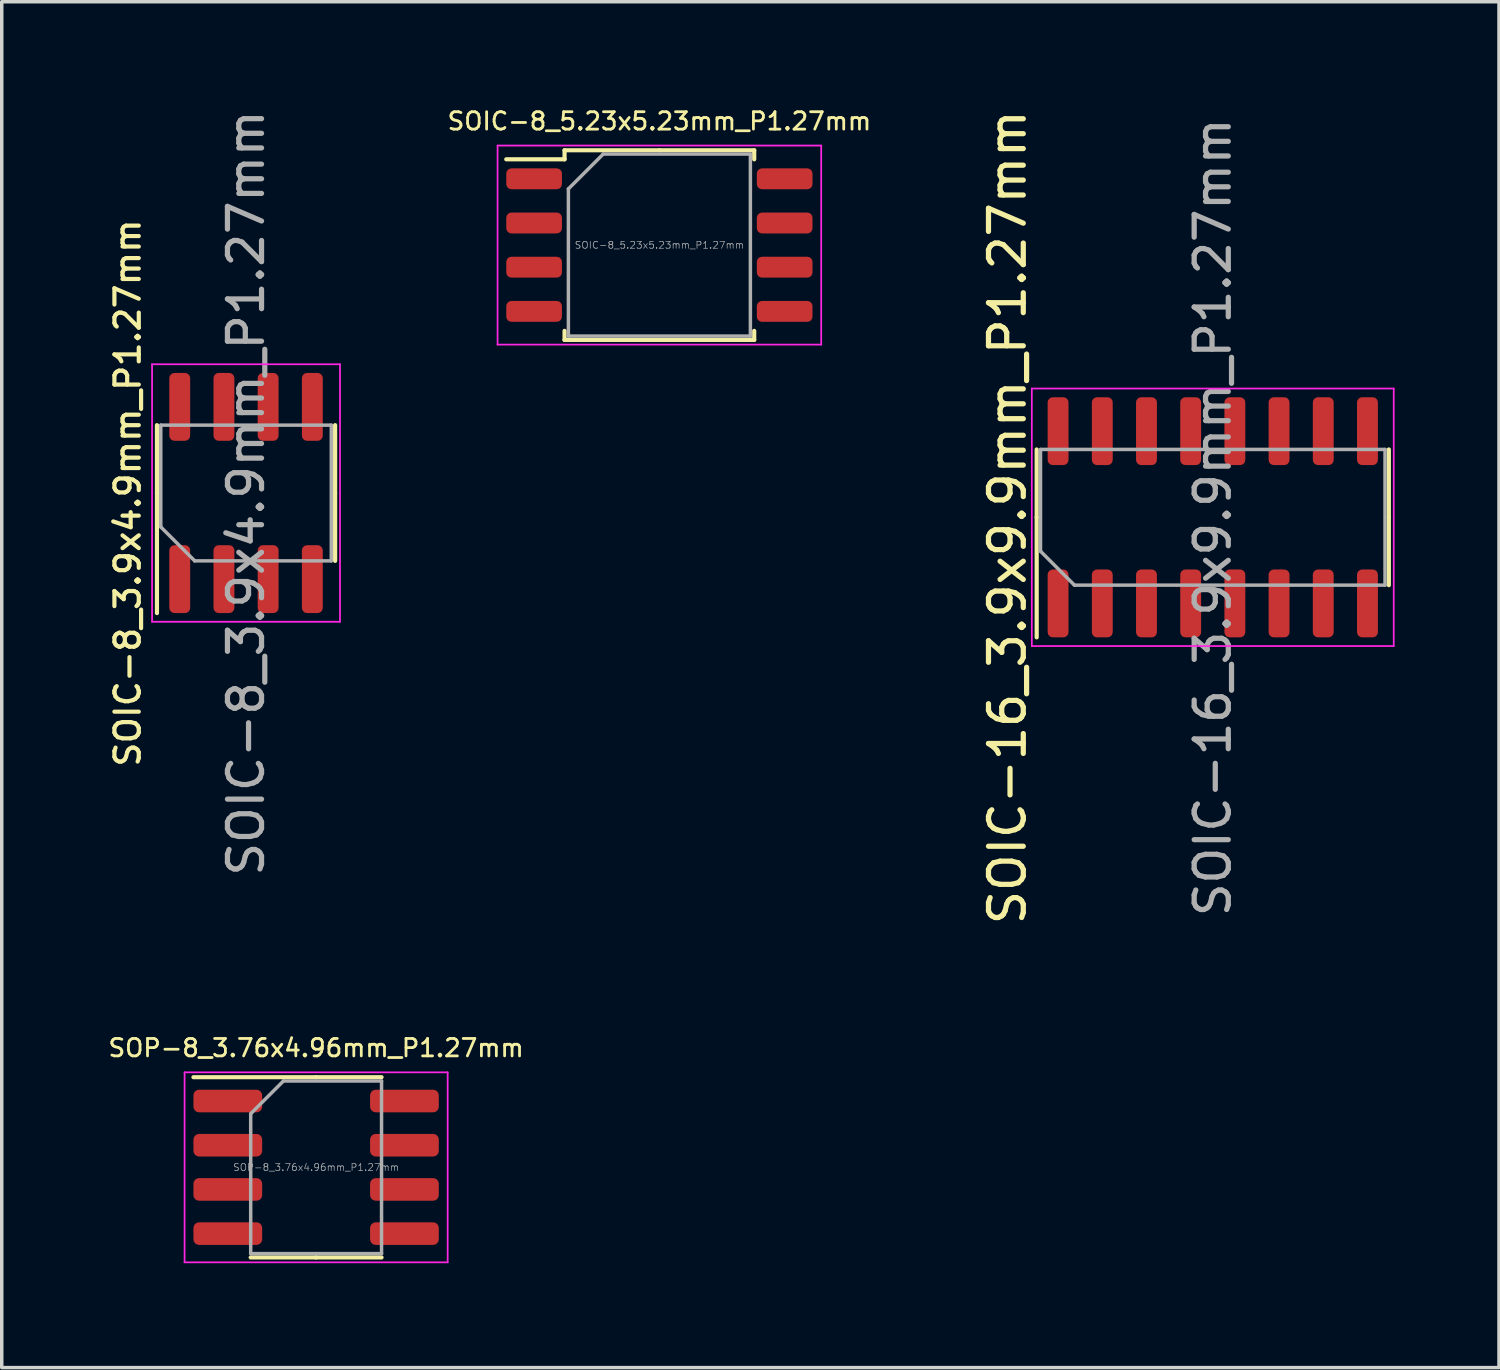
<source format=kicad_pcb>
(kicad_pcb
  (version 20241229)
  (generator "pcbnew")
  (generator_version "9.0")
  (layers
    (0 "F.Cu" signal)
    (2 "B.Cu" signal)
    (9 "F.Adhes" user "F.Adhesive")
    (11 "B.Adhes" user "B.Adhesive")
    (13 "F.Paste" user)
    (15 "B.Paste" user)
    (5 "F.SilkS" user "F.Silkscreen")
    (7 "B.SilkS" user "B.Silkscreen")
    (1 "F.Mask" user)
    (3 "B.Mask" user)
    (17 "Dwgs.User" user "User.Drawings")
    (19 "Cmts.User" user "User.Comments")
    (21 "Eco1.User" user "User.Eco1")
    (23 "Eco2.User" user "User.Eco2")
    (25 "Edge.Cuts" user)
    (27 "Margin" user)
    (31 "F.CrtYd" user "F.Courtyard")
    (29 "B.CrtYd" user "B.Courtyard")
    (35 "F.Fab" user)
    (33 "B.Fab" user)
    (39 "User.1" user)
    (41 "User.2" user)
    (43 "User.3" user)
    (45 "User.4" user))
  (footprint "SOIC-8_5.23x5.23mm_P1.27mm"
    (layer "F.Cu")
    (at 15.898 3.993)
    (property "Reference" "SOIC-8_5.23x5.23mm_P1.27mm" (at 0 -3.56 0) (layer "F.SilkS") (effects (font (size 0.5 0.5) (thickness 0.08))))
    (attr smd)
    (fp_line (start -2.725 -2.725) (end -2.725 -2.465) (stroke (width 0.12) (type solid)) (layer "F.SilkS"))
    (fp_line (start -2.725 -2.465) (end -4.4 -2.465) (stroke (width 0.12) (type solid)) (layer "F.SilkS"))
    (fp_line (start -2.725 2.725) (end -2.725 2.465) (stroke (width 0.12) (type solid)) (layer "F.SilkS"))
    (fp_line (start 0 -2.725) (end -2.725 -2.725) (stroke (width 0.12) (type solid)) (layer "F.SilkS"))
    (fp_line (start 0 -2.725) (end 2.725 -2.725) (stroke (width 0.12) (type solid)) (layer "F.SilkS"))
    (fp_line (start 0 2.725) (end -2.725 2.725) (stroke (width 0.12) (type solid)) (layer "F.SilkS"))
    (fp_line (start 0 2.725) (end 2.725 2.725) (stroke (width 0.12) (type solid)) (layer "F.SilkS"))
    (fp_line (start 2.725 -2.725) (end 2.725 -2.465) (stroke (width 0.12) (type solid)) (layer "F.SilkS"))
    (fp_line (start 2.725 2.725) (end 2.725 2.465) (stroke (width 0.12) (type solid)) (layer "F.SilkS"))
    (fp_line (start -4.65 -2.86) (end -4.65 2.86) (stroke (width 0.05) (type solid)) (layer "F.CrtYd"))
    (fp_line (start -4.65 2.86) (end 4.65 2.86) (stroke (width 0.05) (type solid)) (layer "F.CrtYd"))
    (fp_line (start 4.65 -2.86) (end -4.65 -2.86) (stroke (width 0.05) (type solid)) (layer "F.CrtYd"))
    (fp_line (start 4.65 2.86) (end 4.65 -2.86) (stroke (width 0.05) (type solid)) (layer "F.CrtYd"))
    (fp_line (start -2.615 -1.615) (end -1.615 -2.615) (stroke (width 0.1) (type solid)) (layer "F.Fab"))
    (fp_line (start -2.615 2.615) (end -2.615 -1.615) (stroke (width 0.1) (type solid)) (layer "F.Fab"))
    (fp_line (start -1.615 -2.615) (end 2.615 -2.615) (stroke (width 0.1) (type solid)) (layer "F.Fab"))
    (fp_line (start 2.615 -2.615) (end 2.615 2.615) (stroke (width 0.1) (type solid)) (layer "F.Fab"))
    (fp_line (start 2.615 2.615) (end -2.615 2.615) (stroke (width 0.1) (type solid)) (layer "F.Fab"))
    (fp_text user "${REFERENCE}" (at 0 0 0) (layer "F.Fab") (effects (font (size 0.2 0.2) (thickness 0.02))))
    (pad "1" smd roundrect (at -3.6 -1.905) (size 1.6 0.6) (layers "F.Cu" "F.Mask" "F.Paste") (roundrect_rratio 0.25))
    (pad "2" smd roundrect (at -3.6 -0.635) (size 1.6 0.6) (layers "F.Cu" "F.Mask" "F.Paste") (roundrect_rratio 0.25))
    (pad "3" smd roundrect (at -3.6 0.635) (size 1.6 0.6) (layers "F.Cu" "F.Mask" "F.Paste") (roundrect_rratio 0.25))
    (pad "4" smd roundrect (at -3.6 1.905) (size 1.6 0.6) (layers "F.Cu" "F.Mask" "F.Paste") (roundrect_rratio 0.25))
    (pad "5" smd roundrect (at 3.6 1.905) (size 1.6 0.6) (layers "F.Cu" "F.Mask" "F.Paste") (roundrect_rratio 0.25))
    (pad "6" smd roundrect (at 3.6 0.635) (size 1.6 0.6) (layers "F.Cu" "F.Mask" "F.Paste") (roundrect_rratio 0.25))
    (pad "7" smd roundrect (at 3.6 -0.635) (size 1.6 0.6) (layers "F.Cu" "F.Mask" "F.Paste") (roundrect_rratio 0.25))
    (pad "8" smd roundrect (at 3.6 -1.905) (size 1.6 0.6) (layers "F.Cu" "F.Mask" "F.Paste") (roundrect_rratio 0.25)))
  (footprint "SOP-8_3.76x4.96mm_P1.27mm"
    (layer "F.Cu")
    (at 6.034 30.494)
    (property "Reference" "SOP-8_3.76x4.96mm_P1.27mm" (at 0 -3.43 0) (layer "F.SilkS") (effects (font (size 0.5 0.5) (thickness 0.08))))
    (attr smd)
    (fp_line (start 0 -2.59) (end -3.525 -2.59) (stroke (width 0.12) (type solid)) (layer "F.SilkS"))
    (fp_line (start 0 -2.59) (end 1.88 -2.59) (stroke (width 0.12) (type solid)) (layer "F.SilkS"))
    (fp_line (start 0 2.59) (end -1.88 2.59) (stroke (width 0.12) (type solid)) (layer "F.SilkS"))
    (fp_line (start 0 2.59) (end 1.88 2.59) (stroke (width 0.12) (type solid)) (layer "F.SilkS"))
    (fp_line (start -3.78 -2.73) (end -3.78 2.73) (stroke (width 0.05) (type solid)) (layer "F.CrtYd"))
    (fp_line (start -3.78 2.73) (end 3.78 2.73) (stroke (width 0.05) (type solid)) (layer "F.CrtYd"))
    (fp_line (start 3.78 -2.73) (end -3.78 -2.73) (stroke (width 0.05) (type solid)) (layer "F.CrtYd"))
    (fp_line (start 3.78 2.73) (end 3.78 -2.73) (stroke (width 0.05) (type solid)) (layer "F.CrtYd"))
    (fp_line (start -1.88 -1.54) (end -0.94 -2.48) (stroke (width 0.1) (type solid)) (layer "F.Fab"))
    (fp_line (start -1.88 2.48) (end -1.88 -1.54) (stroke (width 0.1) (type solid)) (layer "F.Fab"))
    (fp_line (start -0.94 -2.48) (end 1.88 -2.48) (stroke (width 0.1) (type solid)) (layer "F.Fab"))
    (fp_line (start 1.88 -2.48) (end 1.88 2.48) (stroke (width 0.1) (type solid)) (layer "F.Fab"))
    (fp_line (start 1.88 2.48) (end -1.88 2.48) (stroke (width 0.1) (type solid)) (layer "F.Fab"))
    (fp_text user "${REFERENCE}" (at 0 0 0) (layer "F.Fab") (effects (font (size 0.2 0.2) (thickness 0.02))))
    (pad "1" smd roundrect (at -2.538 -1.905) (size 1.975 0.65) (layers "F.Cu" "F.Mask" "F.Paste") (roundrect_rratio 0.25))
    (pad "2" smd roundrect (at -2.538 -0.635) (size 1.975 0.65) (layers "F.Cu" "F.Mask" "F.Paste") (roundrect_rratio 0.25))
    (pad "3" smd roundrect (at -2.538 0.635) (size 1.975 0.65) (layers "F.Cu" "F.Mask" "F.Paste") (roundrect_rratio 0.25))
    (pad "4" smd roundrect (at -2.538 1.905) (size 1.975 0.65) (layers "F.Cu" "F.Mask" "F.Paste") (roundrect_rratio 0.25))
    (pad "5" smd roundrect (at 2.538 1.905) (size 1.975 0.65) (layers "F.Cu" "F.Mask" "F.Paste") (roundrect_rratio 0.25))
    (pad "6" smd roundrect (at 2.538 0.635) (size 1.975 0.65) (layers "F.Cu" "F.Mask" "F.Paste") (roundrect_rratio 0.25))
    (pad "7" smd roundrect (at 2.538 -0.635) (size 1.975 0.65) (layers "F.Cu" "F.Mask" "F.Paste") (roundrect_rratio 0.25))
    (pad "8" smd roundrect (at 2.538 -1.905) (size 1.975 0.65) (layers "F.Cu" "F.Mask" "F.Paste") (roundrect_rratio 0.25)))
  (footprint "SOIC-8_3.9x4.9mm_P1.27mm"
    (layer "F.Cu")
    (at 4.02 11.117)
    (property "Reference" "SOIC-8_3.9x4.9mm_P1.27mm" (at -3.4 0 90) (layer "F.SilkS") (effects (font (size 0.7 0.7) (thickness 0.12))))
    (attr smd)
    (fp_line (start -2.56 0) (end -2.56 -1.95) (stroke (width 0.12) (type solid)) (layer "F.SilkS"))
    (fp_line (start -2.56 0) (end -2.56 3.45) (stroke (width 0.12) (type solid)) (layer "F.SilkS"))
    (fp_line (start 2.56 0) (end 2.56 -1.95) (stroke (width 0.12) (type solid)) (layer "F.SilkS"))
    (fp_line (start 2.56 0) (end 2.56 1.95) (stroke (width 0.12) (type solid)) (layer "F.SilkS"))
    (fp_line (start -2.7 -3.7) (end -2.7 3.7) (stroke (width 0.05) (type solid)) (layer "F.CrtYd"))
    (fp_line (start -2.7 3.7) (end 2.7 3.7) (stroke (width 0.05) (type solid)) (layer "F.CrtYd"))
    (fp_line (start 2.7 -3.7) (end -2.7 -3.7) (stroke (width 0.05) (type solid)) (layer "F.CrtYd"))
    (fp_line (start 2.7 3.7) (end 2.7 -3.7) (stroke (width 0.05) (type solid)) (layer "F.CrtYd"))
    (fp_line (start -2.45 -1.95) (end 2.45 -1.95) (stroke (width 0.1) (type solid)) (layer "F.Fab"))
    (fp_line (start -2.45 0.975) (end -2.45 -1.95) (stroke (width 0.1) (type solid)) (layer "F.Fab"))
    (fp_line (start -1.475 1.95) (end -2.45 0.975) (stroke (width 0.1) (type solid)) (layer "F.Fab"))
    (fp_line (start 2.45 -1.95) (end 2.45 1.95) (stroke (width 0.1) (type solid)) (layer "F.Fab"))
    (fp_line (start 2.45 1.95) (end -1.475 1.95) (stroke (width 0.1) (type solid)) (layer "F.Fab"))
    (fp_text user "${REFERENCE}" (at 0 0 90) (layer "F.Fab") (effects (font (size 0.98 0.98) (thickness 0.15))))
    (pad "1" smd roundrect (at -1.905 2.475 90) (size 1.95 0.6) (layers "F.Cu" "F.Mask" "F.Paste") (roundrect_rratio 0.25))
    (pad "2" smd roundrect (at -0.635 2.475 90) (size 1.95 0.6) (layers "F.Cu" "F.Mask" "F.Paste") (roundrect_rratio 0.25))
    (pad "3" smd roundrect (at 0.635 2.475 90) (size 1.95 0.6) (layers "F.Cu" "F.Mask" "F.Paste") (roundrect_rratio 0.25))
    (pad "4" smd roundrect (at 1.905 2.475 90) (size 1.95 0.6) (layers "F.Cu" "F.Mask" "F.Paste") (roundrect_rratio 0.25))
    (pad "5" smd roundrect (at 1.905 -2.475 90) (size 1.95 0.6) (layers "F.Cu" "F.Mask" "F.Paste") (roundrect_rratio 0.25))
    (pad "6" smd roundrect (at 0.635 -2.475 90) (size 1.95 0.6) (layers "F.Cu" "F.Mask" "F.Paste") (roundrect_rratio 0.25))
    (pad "7" smd roundrect (at -0.635 -2.475 90) (size 1.95 0.6) (layers "F.Cu" "F.Mask" "F.Paste") (roundrect_rratio 0.25))
    (pad "8" smd roundrect (at -1.905 -2.475 90) (size 1.95 0.6) (layers "F.Cu" "F.Mask" "F.Paste") (roundrect_rratio 0.25)))
  (footprint "SOIC-16_3.9x9.9mm_P1.27mm"
    (layer "F.Cu")
    (at 31.8 11.815)
    (property "Reference" "SOIC-16_3.9x9.9mm_P1.27mm" (at -5.9 0 90) (layer "F.SilkS") (effects (font (size 1 1) (thickness 0.15))))
    (attr smd)
    (fp_line (start -5.06 0) (end -5.06 -1.95) (stroke (width 0.12) (type solid)) (layer "F.SilkS"))
    (fp_line (start -5.06 0) (end -5.06 3.45) (stroke (width 0.12) (type solid)) (layer "F.SilkS"))
    (fp_line (start 5.06 0) (end 5.06 -1.95) (stroke (width 0.12) (type solid)) (layer "F.SilkS"))
    (fp_line (start 5.06 0) (end 5.06 1.95) (stroke (width 0.12) (type solid)) (layer "F.SilkS"))
    (fp_line (start -5.2 -3.7) (end -5.2 3.7) (stroke (width 0.05) (type solid)) (layer "F.CrtYd"))
    (fp_line (start -5.2 3.7) (end 5.2 3.7) (stroke (width 0.05) (type solid)) (layer "F.CrtYd"))
    (fp_line (start 5.2 -3.7) (end -5.2 -3.7) (stroke (width 0.05) (type solid)) (layer "F.CrtYd"))
    (fp_line (start 5.2 3.7) (end 5.2 -3.7) (stroke (width 0.05) (type solid)) (layer "F.CrtYd"))
    (fp_line (start -4.95 -1.95) (end 4.95 -1.95) (stroke (width 0.1) (type solid)) (layer "F.Fab"))
    (fp_line (start -4.95 0.975) (end -4.95 -1.95) (stroke (width 0.1) (type solid)) (layer "F.Fab"))
    (fp_line (start -3.975 1.95) (end -4.95 0.975) (stroke (width 0.1) (type solid)) (layer "F.Fab"))
    (fp_line (start 4.95 -1.95) (end 4.95 1.95) (stroke (width 0.1) (type solid)) (layer "F.Fab"))
    (fp_line (start 4.95 1.95) (end -3.975 1.95) (stroke (width 0.1) (type solid)) (layer "F.Fab"))
    (fp_text user "${REFERENCE}" (at 0 0 90) (layer "F.Fab") (effects (font (size 0.98 0.98) (thickness 0.15))))
    (pad "1" smd roundrect (at -4.445 2.475 90) (size 1.95 0.6) (layers "F.Cu" "F.Mask" "F.Paste") (roundrect_rratio 0.25))
    (pad "2" smd roundrect (at -3.175 2.475 90) (size 1.95 0.6) (layers "F.Cu" "F.Mask" "F.Paste") (roundrect_rratio 0.25))
    (pad "3" smd roundrect (at -1.905 2.475 90) (size 1.95 0.6) (layers "F.Cu" "F.Mask" "F.Paste") (roundrect_rratio 0.25))
    (pad "4" smd roundrect (at -0.635 2.475 90) (size 1.95 0.6) (layers "F.Cu" "F.Mask" "F.Paste") (roundrect_rratio 0.25))
    (pad "5" smd roundrect (at 0.635 2.475 90) (size 1.95 0.6) (layers "F.Cu" "F.Mask" "F.Paste") (roundrect_rratio 0.25))
    (pad "6" smd roundrect (at 1.905 2.475 90) (size 1.95 0.6) (layers "F.Cu" "F.Mask" "F.Paste") (roundrect_rratio 0.25))
    (pad "7" smd roundrect (at 3.175 2.475 90) (size 1.95 0.6) (layers "F.Cu" "F.Mask" "F.Paste") (roundrect_rratio 0.25))
    (pad "8" smd roundrect (at 4.445 2.475 90) (size 1.95 0.6) (layers "F.Cu" "F.Mask" "F.Paste") (roundrect_rratio 0.25))
    (pad "9" smd roundrect (at 4.445 -2.475 90) (size 1.95 0.6) (layers "F.Cu" "F.Mask" "F.Paste") (roundrect_rratio 0.25))
    (pad "10" smd roundrect (at 3.175 -2.475 90) (size 1.95 0.6) (layers "F.Cu" "F.Mask" "F.Paste") (roundrect_rratio 0.25))
    (pad "11" smd roundrect (at 1.905 -2.475 90) (size 1.95 0.6) (layers "F.Cu" "F.Mask" "F.Paste") (roundrect_rratio 0.25))
    (pad "12" smd roundrect (at 0.635 -2.475 90) (size 1.95 0.6) (layers "F.Cu" "F.Mask" "F.Paste") (roundrect_rratio 0.25))
    (pad "13" smd roundrect (at -0.635 -2.475 90) (size 1.95 0.6) (layers "F.Cu" "F.Mask" "F.Paste") (roundrect_rratio 0.25))
    (pad "14" smd roundrect (at -1.905 -2.475 90) (size 1.95 0.6) (layers "F.Cu" "F.Mask" "F.Paste") (roundrect_rratio 0.25))
    (pad "15" smd roundrect (at -3.175 -2.475 90) (size 1.95 0.6) (layers "F.Cu" "F.Mask" "F.Paste") (roundrect_rratio 0.25))
    (pad "16" smd roundrect (at -4.445 -2.475 90) (size 1.95 0.6) (layers "F.Cu" "F.Mask" "F.Paste") (roundrect_rratio 0.25)))
  (gr_rect
    (start -3 -3)
    (end 40.025 36.249)
    (stroke (width 0.1) (type default))
    (fill no)
    (layer "Edge.Cuts")))
</source>
